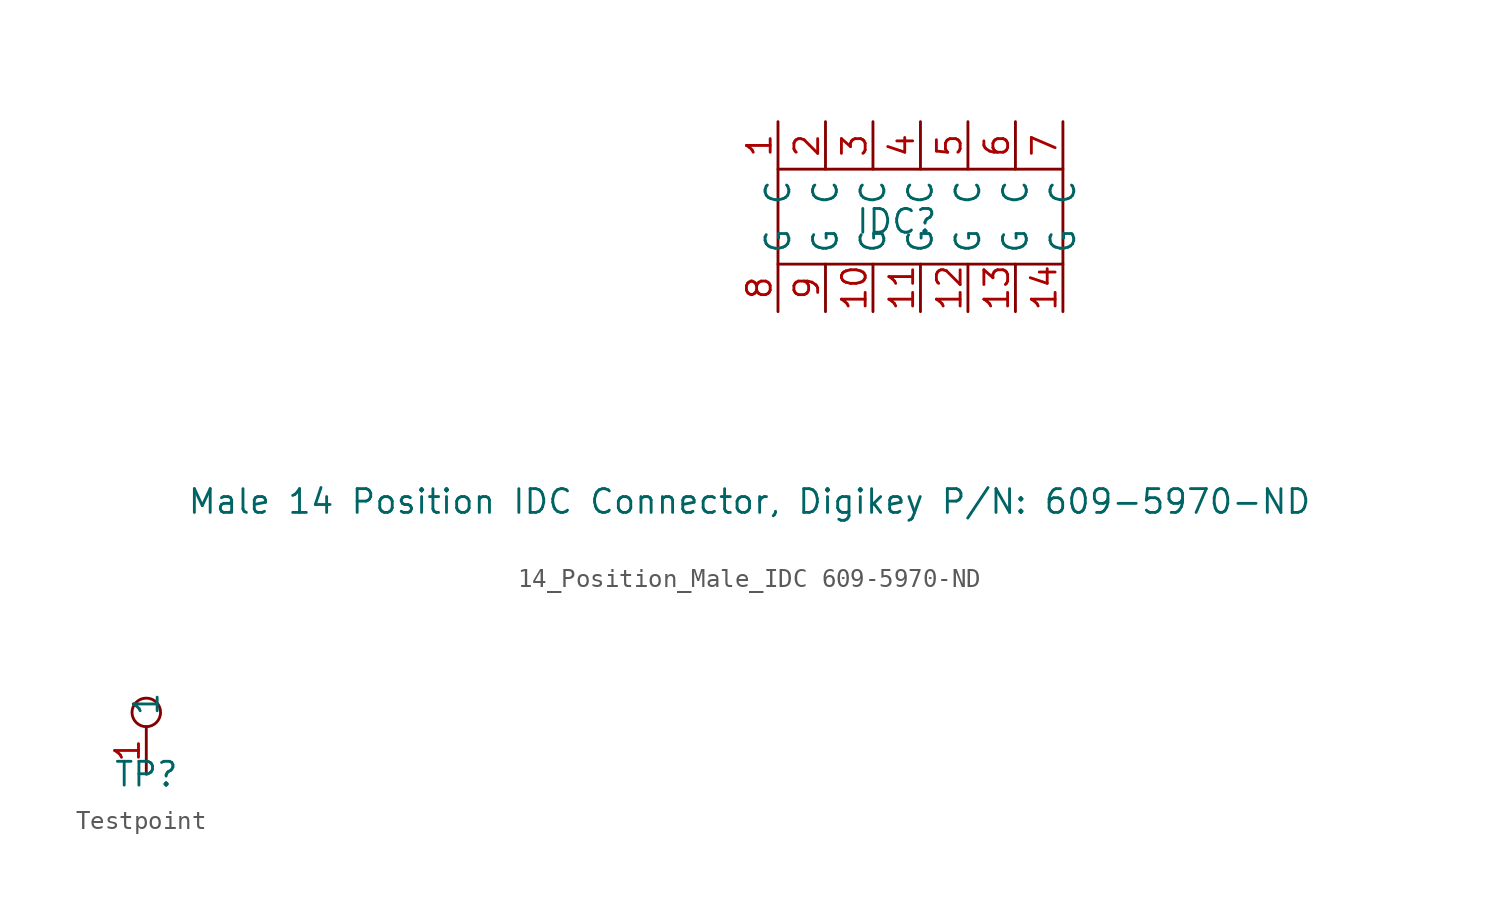
<source format=kicad_sym>
(kicad_symbol_lib
  (version 20220914)
  (generator kicad_symbol_editor)
  (symbol "14_Position_Male_IDC 609-5970-ND"
    (property "Reference" "IDC"
      (at 6.35 -2.794 0)
      (effects (font (size 1.27 1.27))))
    (property "Value" "Male 14 Position IDC Connector, Digikey P/N: 609-5970-ND"
      (at -1.524 -17.78 0)
      (effects (font (size 1.27 1.27))))
    (symbol "14_Position_Male_IDC 609-5970-ND_0_1"
      (rectangle (start 0 0) (end 15.24 -5.08) (stroke (width 0) (type default)) (fill (type none))))
    (symbol "14_Position_Male_IDC 609-5970-ND_1_1"
      (pin passive line (at 0 2.54 270) (length 2.54) (name "C" (effects (font (size 1.27 1.27)))) (number "1" (effects (font (size 1.27 1.27)))))
      (pin passive line (at 5.08 -7.62 90) (length 2.54) (name "G" (effects (font (size 1.27 1.27)))) (number "10" (effects (font (size 1.27 1.27)))))
      (pin passive line (at 7.62 -7.62 90) (length 2.54) (name "G" (effects (font (size 1.27 1.27)))) (number "11" (effects (font (size 1.27 1.27)))))
      (pin passive line (at 10.16 -7.62 90) (length 2.54) (name "G" (effects (font (size 1.27 1.27)))) (number "12" (effects (font (size 1.27 1.27)))))
      (pin passive line (at 12.7 -7.62 90) (length 2.54) (name "G" (effects (font (size 1.27 1.27)))) (number "13" (effects (font (size 1.27 1.27)))))
      (pin passive line (at 15.24 -7.62 90) (length 2.54) (name "G" (effects (font (size 1.27 1.27)))) (number "14" (effects (font (size 1.27 1.27)))))
      (pin passive line (at 2.54 2.54 270) (length 2.54) (name "C" (effects (font (size 1.27 1.27)))) (number "2" (effects (font (size 1.27 1.27)))))
      (pin passive line (at 5.08 2.54 270) (length 2.54) (name "C" (effects (font (size 1.27 1.27)))) (number "3" (effects (font (size 1.27 1.27)))))
      (pin passive line (at 7.62 2.54 270) (length 2.54) (name "C" (effects (font (size 1.27 1.27)))) (number "4" (effects (font (size 1.27 1.27)))))
      (pin passive line (at 10.16 2.54 270) (length 2.54) (name "C" (effects (font (size 1.27 1.27)))) (number "5" (effects (font (size 1.27 1.27)))))
      (pin passive line (at 12.7 2.54 270) (length 2.54) (name "C" (effects (font (size 1.27 1.27)))) (number "6" (effects (font (size 1.27 1.27)))))
      (pin passive line (at 15.24 2.54 270) (length 2.54) (name "C" (effects (font (size 1.27 1.27)))) (number "7" (effects (font (size 1.27 1.27)))))
      (pin passive line (at 0 -7.62 90) (length 2.54) (name "G" (effects (font (size 1.27 1.27)))) (number "8" (effects (font (size 1.27 1.27)))))
      (pin passive line (at 2.54 -7.62 90) (length 2.54) (name "G" (effects (font (size 1.27 1.27)))) (number "9" (effects (font (size 1.27 1.27)))))))
  (symbol "Testpoint"
    (property "Reference" "TP"
      (at 0 0 0)
      (effects (font (size 1.27 1.27))))
    (property "Value" ""
      (at 0 0 0)
      (effects (font (size 1.27 1.27))))
    (symbol "Testpoint_0_1"
      (circle (center 0 3.302) (radius 0.762) (stroke (width 0) (type default)) (fill (type none))))
    (symbol "Testpoint_1_1"
      (pin passive line (at 0 0 90) (length 2.54) (name "1" (effects (font (size 1.27 1.27)))) (number "1" (effects (font (size 1.27 1.27))))))))
</source>
